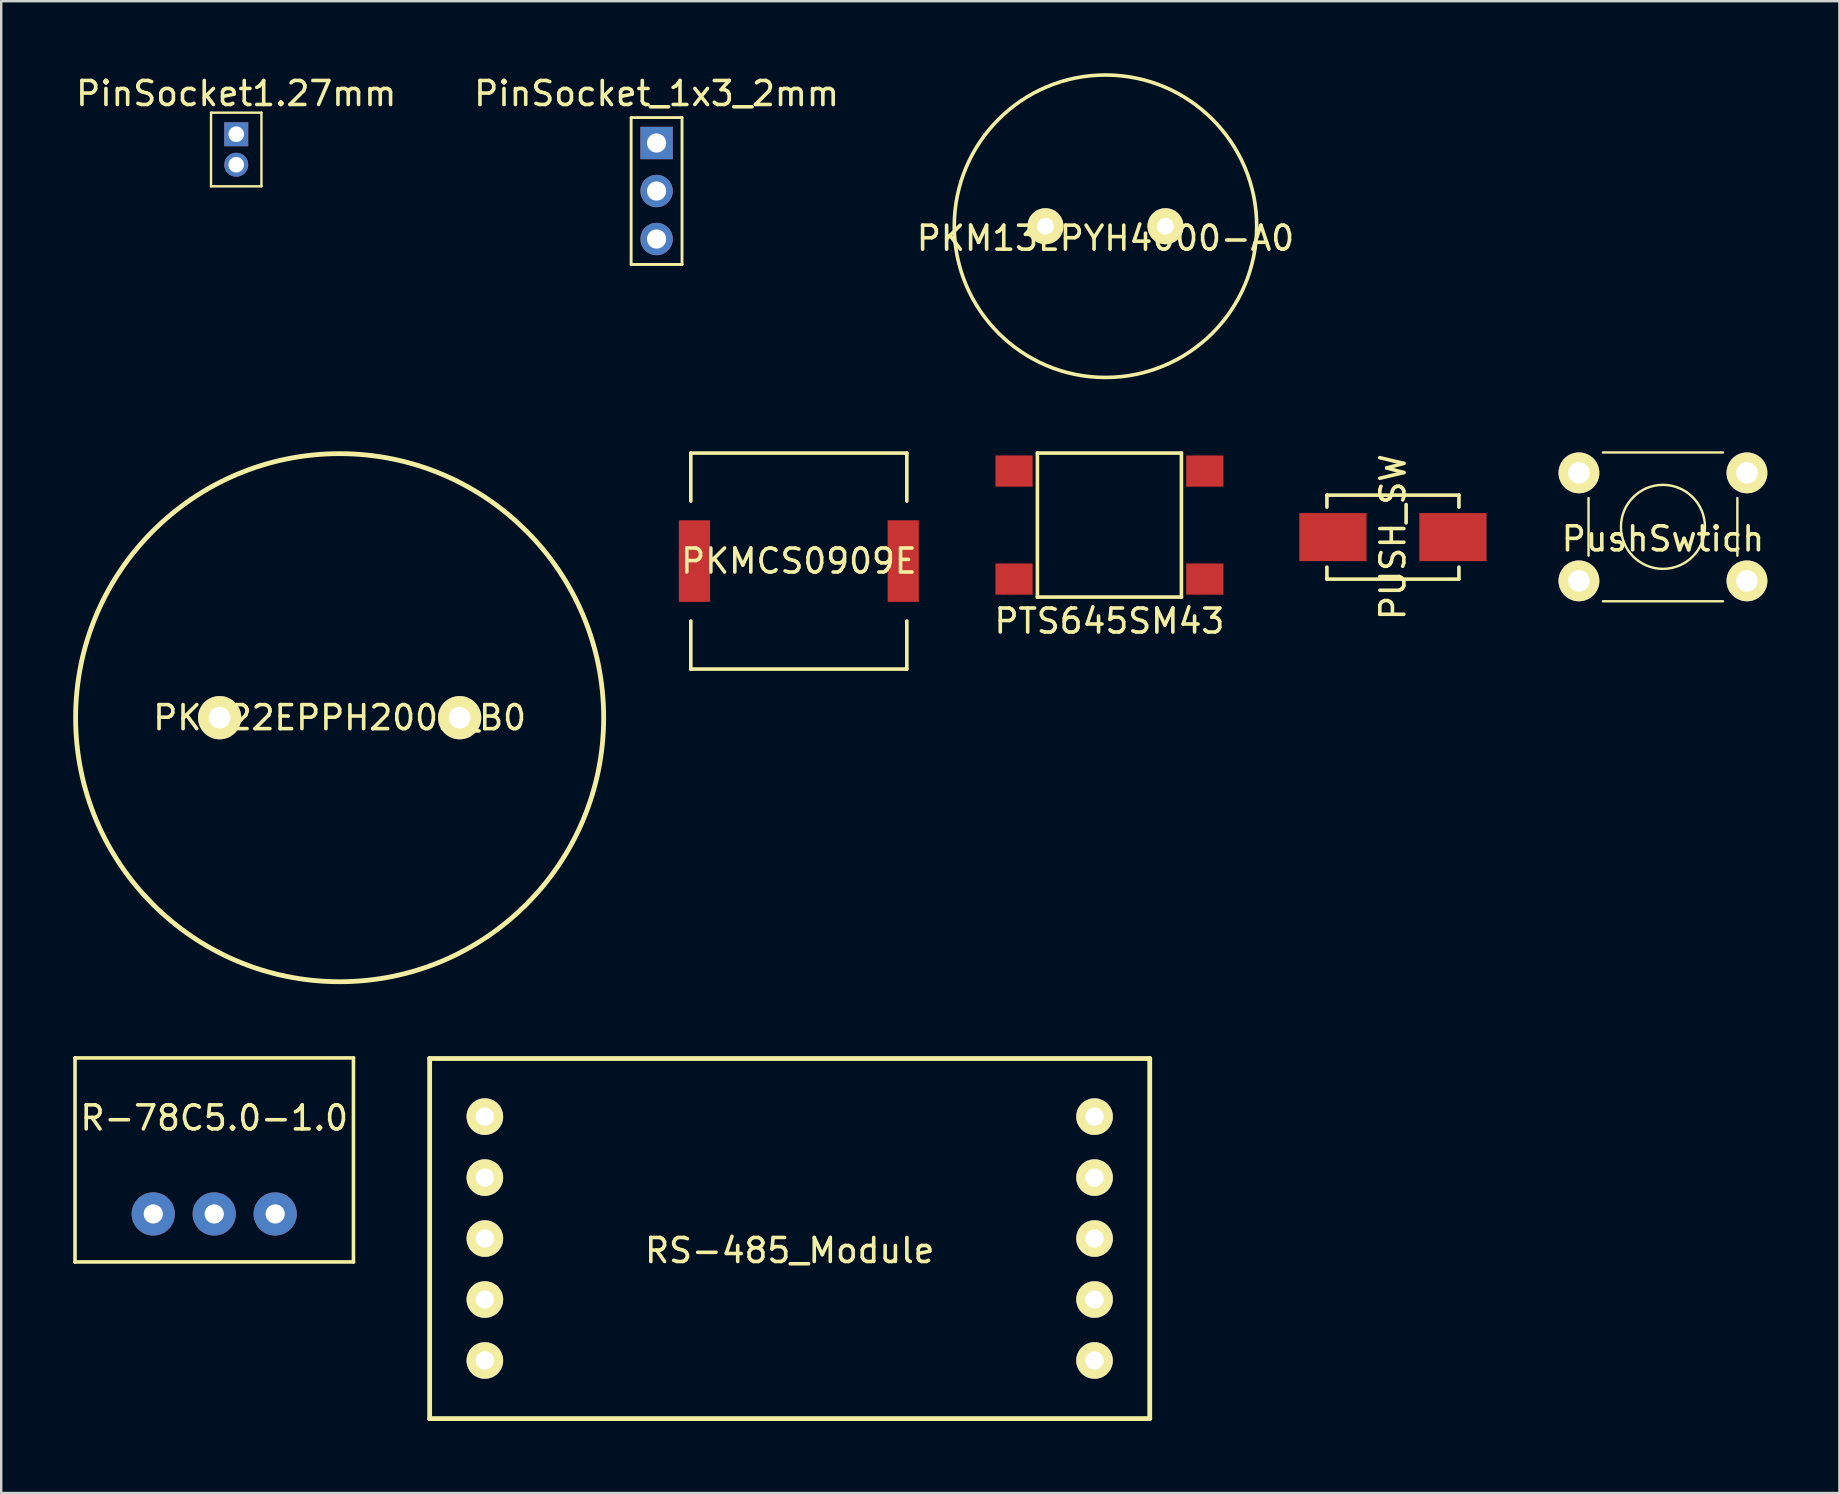
<source format=kicad_pcb>
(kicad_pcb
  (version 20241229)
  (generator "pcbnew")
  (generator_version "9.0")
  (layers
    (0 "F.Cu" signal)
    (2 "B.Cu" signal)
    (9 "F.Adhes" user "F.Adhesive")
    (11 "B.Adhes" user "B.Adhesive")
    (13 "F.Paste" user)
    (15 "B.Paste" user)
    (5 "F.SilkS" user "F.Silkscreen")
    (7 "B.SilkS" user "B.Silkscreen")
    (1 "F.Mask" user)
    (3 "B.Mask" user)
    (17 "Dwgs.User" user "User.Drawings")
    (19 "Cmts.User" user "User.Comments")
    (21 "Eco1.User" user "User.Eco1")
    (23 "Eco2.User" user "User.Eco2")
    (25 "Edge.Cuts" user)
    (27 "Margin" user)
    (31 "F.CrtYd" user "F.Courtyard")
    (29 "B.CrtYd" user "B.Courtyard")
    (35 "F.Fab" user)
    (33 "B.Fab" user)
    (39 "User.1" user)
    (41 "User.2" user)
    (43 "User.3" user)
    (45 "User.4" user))
  (footprint "PTS645SM43"
    (layer "F.Cu")
    (at 43.17 18.825)
    (property "Reference" "PTS645SM43" (at 0 4 0) (layer "F.SilkS") (effects (font (size 1 1) (thickness 0.15))))
    (attr through_hole)
    (fp_line (start -3 -3) (end -3 3) (stroke (width 0.15) (type solid)) (layer "F.SilkS"))
    (fp_line (start -3 3) (end 3 3) (stroke (width 0.15) (type solid)) (layer "F.SilkS"))
    (fp_line (start 3 -3) (end -3 -3) (stroke (width 0.15) (type solid)) (layer "F.SilkS"))
    (fp_line (start 3 3) (end 3 -3) (stroke (width 0.15) (type solid)) (layer "F.SilkS"))
    (pad "1" smd rect (at -3.975 -2.25) (size 1.55 1.3) (layers "F.Cu" "F.Mask" "F.Paste"))
    (pad "1" smd rect (at 3.975 -2.25) (size 1.55 1.3) (layers "F.Cu" "F.Mask" "F.Paste"))
    (pad "2" smd rect (at -3.975 2.25) (size 1.55 1.3) (layers "F.Cu" "F.Mask" "F.Paste"))
    (pad "2" smd rect (at 3.975 2.25) (size 1.55 1.3) (layers "F.Cu" "F.Mask" "F.Paste")))
  (footprint "PUSH_SW"
    (layer "F.Cu")
    (at 54.981 19.327)
    (property "Reference" "PUSH_SW" (at 0 0 90) (layer "F.SilkS") (effects (font (size 1 1) (thickness 0.15))))
    (attr through_hole)
    (fp_line (start -2.75 -1.75) (end -2.75 -1.25) (stroke (width 0.15) (type solid)) (layer "F.SilkS"))
    (fp_line (start -2.75 1.25) (end -2.75 1.75) (stroke (width 0.15) (type solid)) (layer "F.SilkS"))
    (fp_line (start -2.75 1.75) (end 2.75 1.75) (stroke (width 0.15) (type solid)) (layer "F.SilkS"))
    (fp_line (start 2.75 -1.75) (end -2.75 -1.75) (stroke (width 0.15) (type solid)) (layer "F.SilkS"))
    (fp_line (start 2.75 -1.75) (end 2.75 -1.25) (stroke (width 0.15) (type solid)) (layer "F.SilkS"))
    (fp_line (start 2.75 1.75) (end 2.75 1.25) (stroke (width 0.15) (type solid)) (layer "F.SilkS"))
    (pad "1" smd rect (at -2.5 0) (size 2.8 2) (layers "F.Cu" "F.Mask" "F.Paste"))
    (pad "2" smd rect (at 2.5 0) (size 2.8 2) (layers "F.Cu" "F.Mask" "F.Paste")))
  (footprint "PinSocket1.27mm"
    (layer "F.Cu")
    (at 6.792 2.543)
    (property "Reference" "PinSocket1.27mm" (at 0 -1.695 0) (layer "F.SilkS") (effects (font (size 1 1) (thickness 0.15))))
    (attr through_hole)
    (fp_line (start -1.05 -0.9) (end -1.05 2.17) (stroke (width 0.1) (type solid)) (layer "F.SilkS"))
    (fp_line (start -1.05 -0.9) (end 1.05 -0.9) (stroke (width 0.1) (type solid)) (layer "F.SilkS"))
    (fp_line (start -1.05 2.17) (end 1.05 2.17) (stroke (width 0.1) (type solid)) (layer "F.SilkS"))
    (fp_line (start 1.05 -0.9) (end 1.05 2.17) (stroke (width 0.1) (type solid)) (layer "F.SilkS"))
    (pad "1" thru_hole rect (at 0 0) (size 1 1) (drill 0.65) (layers "*.Cu" "*.Mask"))
    (pad "2" thru_hole oval (at 0 1.27) (size 1 1) (drill 0.65) (layers "*.Cu" "*.Mask")))
  (footprint "RS-485_Module"
    (layer "F.Cu")
    (at 29.85 48.55)
    (property "Reference" "RS-485_Module" (at 0 0.5 0) (layer "F.SilkS") (effects (font (size 1 1) (thickness 0.15))))
    (attr through_hole)
    (fp_line (start -15 -7.5) (end -15 7.5) (stroke (width 0.2) (type solid)) (layer "F.SilkS"))
    (fp_line (start -15 7.5) (end 15 7.5) (stroke (width 0.2) (type solid)) (layer "F.SilkS"))
    (fp_line (start 15 -7.5) (end -15 -7.5) (stroke (width 0.2) (type solid)) (layer "F.SilkS"))
    (fp_line (start 15 7.5) (end 15 -7.5) (stroke (width 0.2) (type solid)) (layer "F.SilkS"))
    (pad "1" thru_hole circle (at -12.7 -5.08) (size 1.524 1.524) (drill 0.762) (layers "*.Cu" "*.Mask" "F.SilkS"))
    (pad "2" thru_hole circle (at -12.7 -2.54) (size 1.524 1.524) (drill 0.762) (layers "*.Cu" "*.Mask" "F.SilkS"))
    (pad "3" thru_hole circle (at -12.7 0) (size 1.524 1.524) (drill 0.762) (layers "*.Cu" "*.Mask" "F.SilkS"))
    (pad "4" thru_hole circle (at -12.7 2.54) (size 1.524 1.524) (drill 0.762) (layers "*.Cu" "*.Mask" "F.SilkS"))
    (pad "5" thru_hole circle (at -12.7 5.08) (size 1.524 1.524) (drill 0.762) (layers "*.Cu" "*.Mask" "F.SilkS"))
    (pad "~" thru_hole circle (at 12.7 -5.08) (size 1.524 1.524) (drill 0.762) (layers "*.Cu" "*.Mask" "F.SilkS"))
    (pad "~" thru_hole circle (at 12.7 -2.54) (size 1.524 1.524) (drill 0.762) (layers "*.Cu" "*.Mask" "F.SilkS"))
    (pad "~" thru_hole circle (at 12.7 0) (size 1.524 1.524) (drill 0.762) (layers "*.Cu" "*.Mask" "F.SilkS"))
    (pad "~" thru_hole circle (at 12.7 2.54) (size 1.524 1.524) (drill 0.762) (layers "*.Cu" "*.Mask" "F.SilkS"))
    (pad "~" thru_hole circle (at 12.7 5.08) (size 1.524 1.524) (drill 0.762) (layers "*.Cu" "*.Mask" "F.SilkS")))
  (footprint "PKM22EPPH2001_B0"
    (layer "F.Cu")
    (at 11.1 26.85)
    (property "Reference" "PKM22EPPH2001_B0" (at 0 0 0) (layer "F.SilkS") (effects (font (size 1 1) (thickness 0.15))))
    (attr through_hole)
    (fp_circle (center 0 0) (end 11 0) (stroke (width 0.2) (type solid)) (fill no) (layer "F.SilkS"))
    (pad "1" thru_hole circle (at -5 0) (size 1.8 1.8) (drill 0.9) (layers "*.Cu" "*.Mask" "F.SilkS"))
    (pad "2" thru_hole circle (at 5 0) (size 1.8 1.8) (drill 0.9) (layers "*.Cu" "*.Mask" "F.SilkS")))
  (footprint "PKMCS0909E"
    (layer "F.Cu")
    (at 30.23 20.325)
    (property "Reference" "PKMCS0909E" (at 0 0 0) (layer "F.SilkS") (effects (font (size 1 1) (thickness 0.15))))
    (attr through_hole)
    (fp_line (start -4.5 -4.5) (end 4.5 -4.5) (stroke (width 0.15) (type solid)) (layer "F.SilkS"))
    (fp_line (start -4.5 -2.5) (end -4.5 -4.5) (stroke (width 0.15) (type solid)) (layer "F.SilkS"))
    (fp_line (start -4.5 4.5) (end -4.5 2.5) (stroke (width 0.15) (type solid)) (layer "F.SilkS"))
    (fp_line (start 4.5 -4.5) (end 4.5 -2.5) (stroke (width 0.15) (type solid)) (layer "F.SilkS"))
    (fp_line (start 4.5 2.5) (end 4.5 4.5) (stroke (width 0.15) (type solid)) (layer "F.SilkS"))
    (fp_line (start 4.5 4.5) (end -4.5 4.5) (stroke (width 0.15) (type solid)) (layer "F.SilkS"))
    (pad "1" smd rect (at -4.35 0) (size 1.3 3.4) (layers "F.Cu" "F.Mask" "F.Paste"))
    (pad "2" smd rect (at 4.35 0) (size 1.3 3.4) (layers "F.Cu" "F.Mask" "F.Paste")))
  (footprint "PinSocket_1x3_2mm"
    (layer "F.Cu")
    (at 24.304 2.908)
    (property "Reference" "PinSocket_1x3_2mm" (at 0 -2.06 0) (layer "F.SilkS") (effects (font (size 1 1) (thickness 0.15))))
    (attr through_hole)
    (fp_line (start -1.06 -1.06) (end -1.06 5.06) (stroke (width 0.12) (type solid)) (layer "F.SilkS"))
    (fp_line (start -1.06 -1.06) (end 1.06 -1.06) (stroke (width 0.12) (type solid)) (layer "F.SilkS"))
    (fp_line (start -1.06 5.06) (end 1.06 5.06) (stroke (width 0.12) (type solid)) (layer "F.SilkS"))
    (fp_line (start 1.06 -1.06) (end 1.06 5.06) (stroke (width 0.12) (type solid)) (layer "F.SilkS"))
    (pad "1" thru_hole rect (at 0 0) (size 1.35 1.35) (drill 0.8) (layers "*.Cu" "*.Mask"))
    (pad "2" thru_hole oval (at 0 2) (size 1.35 1.35) (drill 0.8) (layers "*.Cu" "*.Mask"))
    (pad "3" thru_hole oval (at 0 4) (size 1.35 1.35) (drill 0.8) (layers "*.Cu" "*.Mask")))
  (footprint "R-78C5.0-1.0"
    (layer "F.Cu")
    (at 5.875 47.525)
    (property "Reference" "R-78C5.0-1.0" (at 0 -4 0) (layer "F.SilkS") (effects (font (size 1 1) (thickness 0.15))))
    (attr through_hole)
    (fp_line (start -5.8 -6.5) (end -5.8 2) (stroke (width 0.15) (type solid)) (layer "F.SilkS"))
    (fp_line (start -5.8 2) (end 5.8 2) (stroke (width 0.15) (type solid)) (layer "F.SilkS"))
    (fp_line (start 5.8 -6.5) (end -5.8 -6.5) (stroke (width 0.15) (type solid)) (layer "F.SilkS"))
    (fp_line (start 5.8 2) (end 5.8 -6.5) (stroke (width 0.15) (type solid)) (layer "F.SilkS"))
    (pad "1" thru_hole circle (at -2.54 0) (size 1.8 1.8) (drill 0.8) (layers "*.Cu" "*.Mask"))
    (pad "2" thru_hole circle (at 0 0) (size 1.8 1.8) (drill 0.8) (layers "*.Cu" "*.Mask"))
    (pad "3" thru_hole circle (at 2.54 0) (size 1.8 1.8) (drill 0.8) (layers "*.Cu" "*.Mask")))
  (footprint "PKM13EPYH4000-A0"
    (layer "F.Cu")
    (at 43.006 6.375)
    (property "Reference" "PKM13EPYH4000-A0" (at 0 0.5 0) (layer "F.SilkS") (effects (font (size 1 1) (thickness 0.15))))
    (attr through_hole)
    (fp_circle (center 0 0) (end 6.3 0) (stroke (width 0.15) (type solid)) (fill no) (layer "F.SilkS"))
    (pad "1" thru_hole circle (at -2.5 0) (size 1.5 1.5) (drill 0.7) (layers "*.Cu" "*.Mask" "F.SilkS"))
    (pad "2" thru_hole circle (at 2.5 0) (size 1.5 1.5) (drill 0.7) (layers "*.Cu" "*.Mask" "F.SilkS")))
  (footprint "PushSwtich"
    (layer "F.Cu")
    (at 66.231 18.9)
    (property "Reference" "PushSwtich" (at 0 0.5 0) (layer "F.SilkS") (effects (font (size 1 1) (thickness 0.15))))
    (attr through_hole)
    (fp_line (start -3.1 -1.2) (end -3.1 1.2) (stroke (width 0.1) (type solid)) (layer "F.SilkS"))
    (fp_line (start -2.5 3.1) (end 2.5 3.1) (stroke (width 0.1) (type solid)) (layer "F.SilkS"))
    (fp_line (start 2.5 -3.1) (end -2.5 -3.1) (stroke (width 0.1) (type solid)) (layer "F.SilkS"))
    (fp_line (start 3.1 1.2) (end 3.1 -1.2) (stroke (width 0.1) (type solid)) (layer "F.SilkS"))
    (fp_circle (center 0 0) (end 1.75 0) (stroke (width 0.1) (type solid)) (fill no) (layer "F.SilkS"))
    (pad "1" thru_hole circle (at -3.5 -2.25) (size 1.7 1.7) (drill 0.9) (layers "*.Cu" "*.Mask" "F.SilkS"))
    (pad "1" thru_hole circle (at 3.5 -2.25) (size 1.7 1.7) (drill 0.9) (layers "*.Cu" "*.Mask" "F.SilkS"))
    (pad "2" thru_hole circle (at -3.5 2.25) (size 1.7 1.7) (drill 0.9) (layers "*.Cu" "*.Mask" "F.SilkS"))
    (pad "2" thru_hole circle (at 3.5 2.25) (size 1.7 1.7) (drill 0.9) (layers "*.Cu" "*.Mask" "F.SilkS")))
  (gr_rect
    (start -3 -3)
    (end 73.581 59.15)
    (stroke (width 0.1) (type default))
    (fill no)
    (layer "Edge.Cuts")))
</source>
